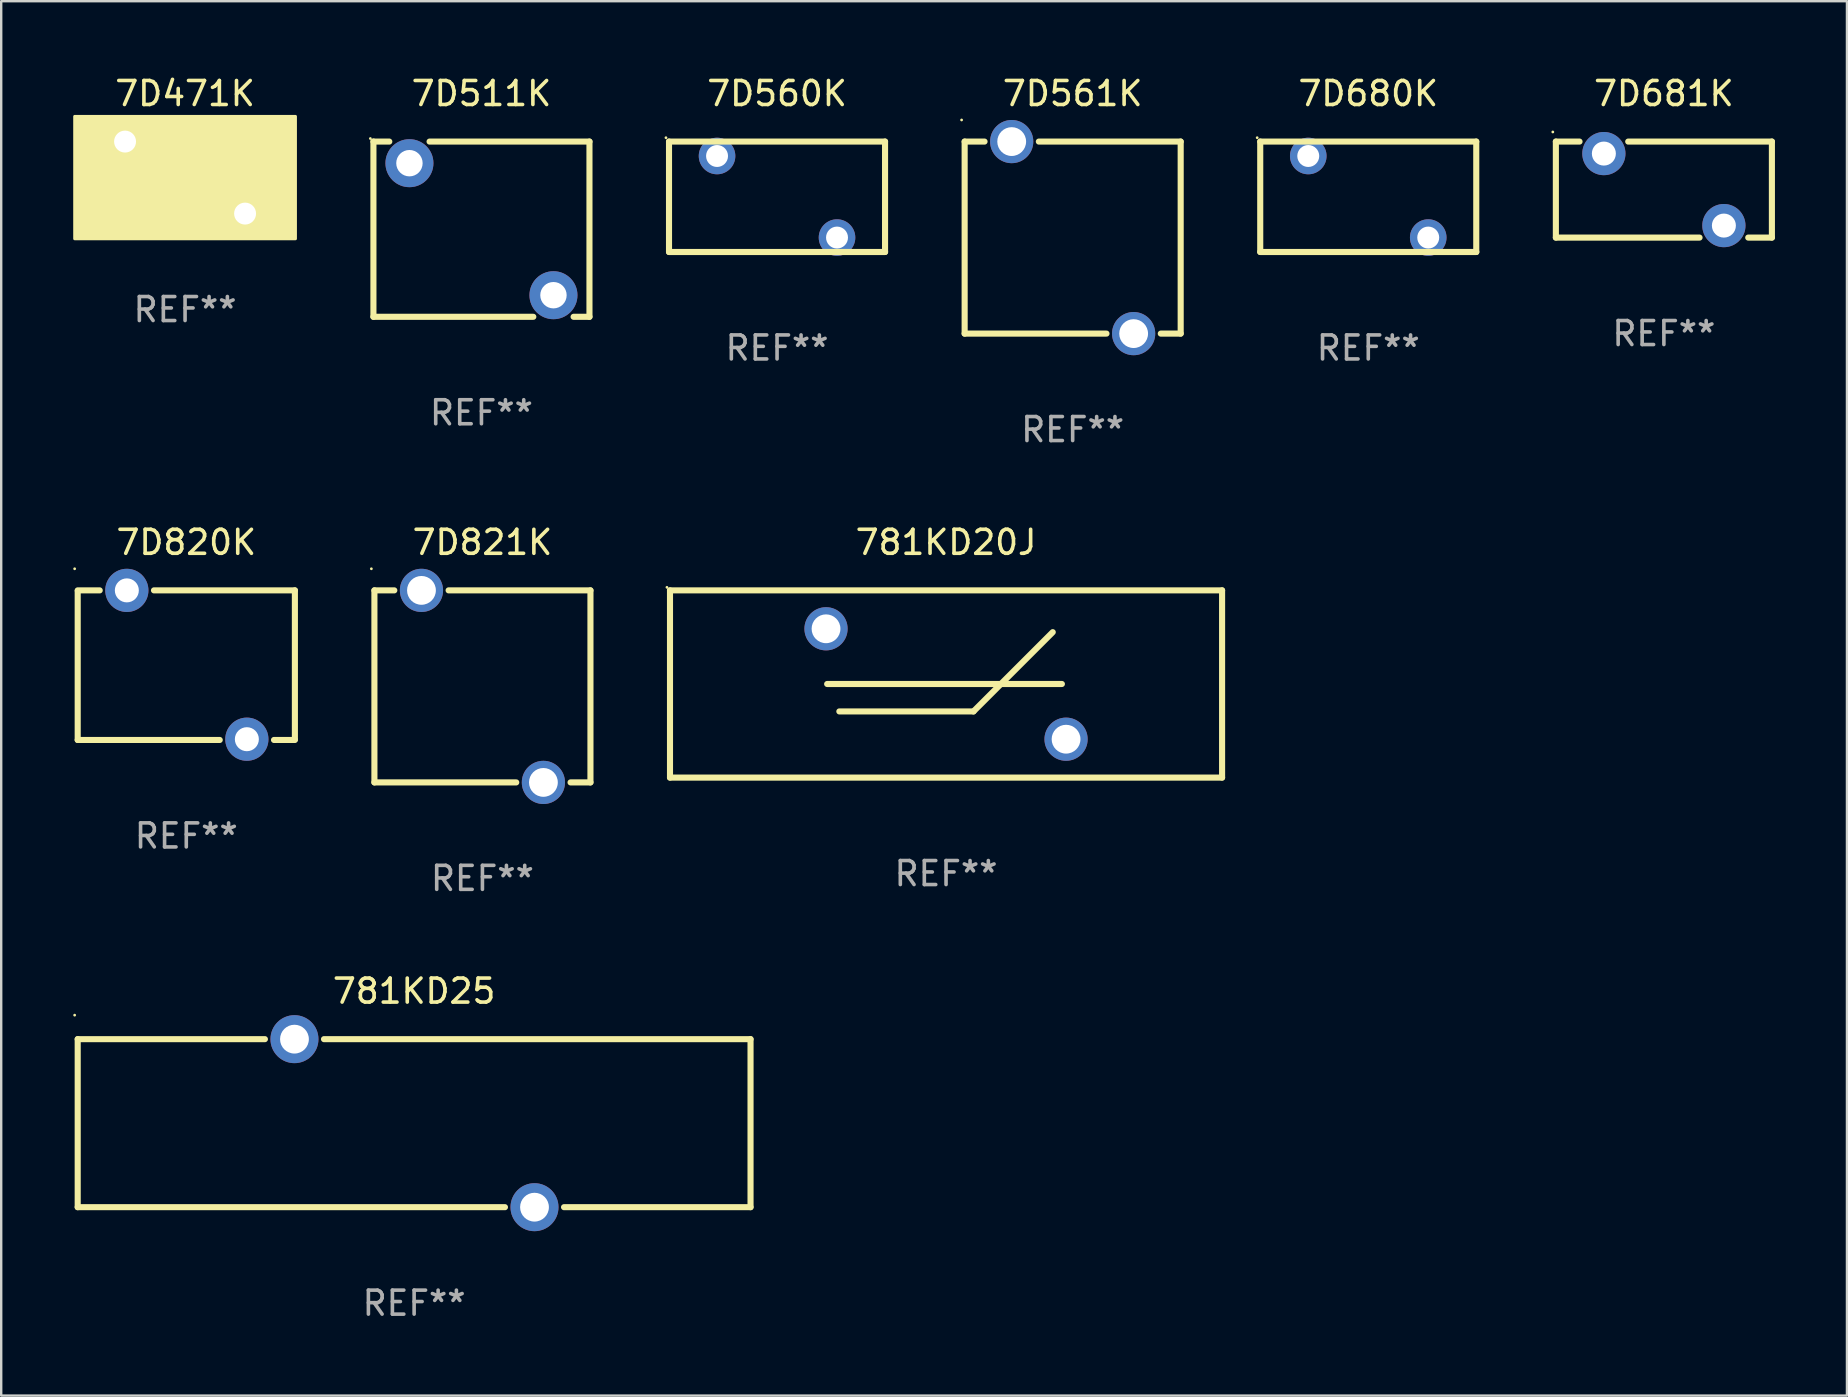
<source format=kicad_pcb>
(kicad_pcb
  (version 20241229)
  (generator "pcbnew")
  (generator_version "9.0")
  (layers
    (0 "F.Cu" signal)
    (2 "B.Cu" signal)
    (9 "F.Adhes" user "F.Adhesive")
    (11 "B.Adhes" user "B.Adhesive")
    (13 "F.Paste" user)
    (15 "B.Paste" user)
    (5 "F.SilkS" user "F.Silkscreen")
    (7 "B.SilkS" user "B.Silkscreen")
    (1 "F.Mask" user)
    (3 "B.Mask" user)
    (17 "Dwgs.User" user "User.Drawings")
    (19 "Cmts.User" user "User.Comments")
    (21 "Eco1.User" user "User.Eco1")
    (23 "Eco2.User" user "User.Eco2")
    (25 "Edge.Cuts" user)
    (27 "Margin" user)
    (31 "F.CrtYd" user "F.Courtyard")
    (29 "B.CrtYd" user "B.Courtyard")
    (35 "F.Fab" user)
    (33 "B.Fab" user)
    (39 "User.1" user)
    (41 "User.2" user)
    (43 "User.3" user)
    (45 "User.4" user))
  (footprint "7D680K"
    (layer "F.Cu")
    (at 53.952 5.148)
    (property "Reference" "7D680K" (at 0 -4.3 0) (layer "F.SilkS") (effects (font (size 1 1) (thickness 0.15))))
    (attr through_hole)
    (fp_line (start -4.501 -2.3) (end 4.499 -2.3) (stroke (width 0.254) (type solid)) (layer "F.SilkS"))
    (fp_line (start -4.501 2.3) (end -4.501 -2.3) (stroke (width 0.254) (type solid)) (layer "F.SilkS"))
    (fp_line (start 4.499 -2.3) (end 4.499 2.3) (stroke (width 0.254) (type solid)) (layer "F.SilkS"))
    (fp_line (start 4.501 2.3) (end -4.501 2.3) (stroke (width 0.254) (type solid)) (layer "F.SilkS"))
    (fp_circle (center -4.628 -2.461) (end -4.598 -2.461) (stroke (width 0.06) (type solid)) (fill no) (layer "F.SilkS"))
    (fp_text user "REF**" (at 0 6.3 0) (layer "F.Fab") (effects (font (size 1 1) (thickness 0.15))))
    (pad "1" thru_hole circle (at -2.5 -1.699) (size 1.524 1.524) (drill 0.914) (layers "*.Cu" "*.Mask"))
    (pad "2" thru_hole circle (at 2.498 1.699) (size 1.524 1.524) (drill 0.914) (layers "*.Cu" "*.Mask")))
  (footprint "781KD25"
    (layer "F.Cu")
    (at 14.202 43.741)
    (property "Reference" "781KD25" (at 0 -5.5 0) (layer "F.SilkS") (effects (font (size 1 1) (thickness 0.15))))
    (attr through_hole)
    (fp_line (start -14.015 -3.5) (end -6.216 -3.5) (stroke (width 0.254) (type solid)) (layer "F.SilkS"))
    (fp_line (start -14.015 3.5) (end -14.015 -3.5) (stroke (width 0.254) (type solid)) (layer "F.SilkS"))
    (fp_line (start -14.015 3.5) (end 3.784 3.5) (stroke (width 0.254) (type solid)) (layer "F.SilkS"))
    (fp_line (start -3.754 -3.5) (end 14.015 -3.5) (stroke (width 0.254) (type solid)) (layer "F.SilkS"))
    (fp_line (start 6.246 3.5) (end 14.015 3.5) (stroke (width 0.254) (type solid)) (layer "F.SilkS"))
    (fp_line (start 14.015 -3.5) (end 14.015 3.5) (stroke (width 0.254) (type solid)) (layer "F.SilkS"))
    (fp_circle (center -14.142 -4.5) (end -14.112 -4.5) (stroke (width 0.06) (type solid)) (fill no) (layer "F.SilkS"))
    (fp_text user "REF**" (at 0 7.5 0) (layer "F.Fab") (effects (font (size 1 1) (thickness 0.15))))
    (pad "1" thru_hole circle (at -4.985 -3.5) (size 2 2) (drill 1.2) (layers "*.Cu" "*.Mask"))
    (pad "2" thru_hole circle (at 5.015 3.5) (size 2 2) (drill 1.2) (layers "*.Cu" "*.Mask")))
  (footprint "781KD20J"
    (layer "F.Cu")
    (at 36.362 25.445)
    (property "Reference" "781KD20J" (at 0 -5.9 0) (layer "F.SilkS") (effects (font (size 1 1) (thickness 0.15))))
    (attr through_hole)
    (fp_line (start -11.5 -3.9) (end -11.5 3.9) (stroke (width 0.254) (type solid)) (layer "F.SilkS"))
    (fp_line (start -4.953 0) (end 4.826 0) (stroke (width 0.254) (type solid)) (layer "F.SilkS"))
    (fp_line (start -4.445 1.143) (end 1.143 1.143) (stroke (width 0.254) (type solid)) (layer "F.SilkS"))
    (fp_line (start 1.143 1.143) (end 4.445 -2.159) (stroke (width 0.254) (type solid)) (layer "F.SilkS"))
    (fp_line (start 11.5 -3.9) (end -11.5 -3.9) (stroke (width 0.254) (type solid)) (layer "F.SilkS"))
    (fp_line (start 11.5 -3.9) (end 11.5 3.9) (stroke (width 0.254) (type solid)) (layer "F.SilkS"))
    (fp_line (start 11.5 3.9) (end -11.5 3.9) (stroke (width 0.254) (type solid)) (layer "F.SilkS"))
    (fp_circle (center -11.627 -4.027) (end -11.597 -4.027) (stroke (width 0.06) (type solid)) (fill no) (layer "F.SilkS"))
    (fp_text user "REF**" (at 0 7.9 0) (layer "F.Fab") (effects (font (size 1 1) (thickness 0.15))))
    (pad "1" thru_hole circle (at -5 -2.3) (size 1.8 1.8) (drill 1.2) (layers "*.Cu" "*.Mask"))
    (pad "2" thru_hole circle (at 5 2.3) (size 1.8 1.8) (drill 1.2) (layers "*.Cu" "*.Mask")))
  (footprint "7D561K"
    (layer "F.Cu")
    (at 41.637 6.848)
    (property "Reference" "7D561K" (at 0 -6 0) (layer "F.SilkS") (effects (font (size 1 1) (thickness 0.15))))
    (attr through_hole)
    (fp_line (start -4.5 -4) (end -3.671 -4) (stroke (width 0.254) (type solid)) (layer "F.SilkS"))
    (fp_line (start -4.5 4) (end -4.5 -4) (stroke (width 0.254) (type solid)) (layer "F.SilkS"))
    (fp_line (start -4.5 4) (end 1.409 4) (stroke (width 0.254) (type solid)) (layer "F.SilkS"))
    (fp_line (start -1.409 -4) (end 4.5 -4) (stroke (width 0.254) (type solid)) (layer "F.SilkS"))
    (fp_line (start 3.671 4) (end 4.5 4) (stroke (width 0.254) (type solid)) (layer "F.SilkS"))
    (fp_line (start 4.5 -4) (end 4.5 4) (stroke (width 0.254) (type solid)) (layer "F.SilkS"))
    (fp_circle (center -4.627 -4.9) (end -4.597 -4.9) (stroke (width 0.06) (type solid)) (fill no) (layer "F.SilkS"))
    (fp_text user "REF**" (at 0 8 0) (layer "F.Fab") (effects (font (size 1 1) (thickness 0.15))))
    (pad "1" thru_hole circle (at -2.54 -4) (size 1.8 1.8) (drill 1.2) (layers "*.Cu" "*.Mask"))
    (pad "2" thru_hole circle (at 2.54 4) (size 1.8 1.8) (drill 1.2) (layers "*.Cu" "*.Mask")))
  (footprint "7D821K"
    (layer "F.Cu")
    (at 17.048 25.545)
    (property "Reference" "7D821K" (at 0 -6 0) (layer "F.SilkS") (effects (font (size 1 1) (thickness 0.15))))
    (attr through_hole)
    (fp_line (start -4.5 -4) (end -3.671 -4) (stroke (width 0.254) (type solid)) (layer "F.SilkS"))
    (fp_line (start -4.5 4) (end -4.5 -4) (stroke (width 0.254) (type solid)) (layer "F.SilkS"))
    (fp_line (start -4.5 4) (end 1.409 4) (stroke (width 0.254) (type solid)) (layer "F.SilkS"))
    (fp_line (start -1.409 -4) (end 4.5 -4) (stroke (width 0.254) (type solid)) (layer "F.SilkS"))
    (fp_line (start 3.671 4) (end 4.5 4) (stroke (width 0.254) (type solid)) (layer "F.SilkS"))
    (fp_line (start 4.5 -4) (end 4.5 4) (stroke (width 0.254) (type solid)) (layer "F.SilkS"))
    (fp_circle (center -4.627 -4.9) (end -4.597 -4.9) (stroke (width 0.06) (type solid)) (fill no) (layer "F.SilkS"))
    (fp_text user "REF**" (at 0 8 0) (layer "F.Fab") (effects (font (size 1 1) (thickness 0.15))))
    (pad "1" thru_hole circle (at -2.54 -4) (size 1.8 1.8) (drill 1.2) (layers "*.Cu" "*.Mask"))
    (pad "2" thru_hole circle (at 2.54 4) (size 1.8 1.8) (drill 1.2) (layers "*.Cu" "*.Mask")))
  (footprint "7D471K"
    (layer "F.Cu")
    (at 4.66 4.348)
    (property "Reference" "7D471K" (at 0 -3.5 0) (layer "F.SilkS") (effects (font (size 1 1) (thickness 0.15))))
    (attr through_hole)
    (fp_circle (center -4.5 2.45) (end -4.47 2.45) (stroke (width 0.06) (type solid)) (fill no) (layer "F.SilkS"))
    (fp_poly (pts (xy -4.6 -2.55) (xy 4.6 -2.55) (xy 4.6 2.55) (xy -4.6 2.55)) (stroke (width 0.12) (type solid)) (fill yes) (layer "F.SilkS"))
    (fp_text user "REF**" (at 0 5.5 0) (layer "F.Fab") (effects (font (size 1 1) (thickness 0.15))))
    (pad "1" thru_hole circle (at -2.5 -1.5) (size 1.5 1.5) (drill 0.914) (layers "*.Cu" "*.Mask"))
    (pad "2" thru_hole circle (at 2.5 1.5) (size 1.5 1.5) (drill 0.914) (layers "*.Cu" "*.Mask")))
  (footprint "7D820K"
    (layer "F.Cu")
    (at 4.711 24.661)
    (property "Reference" "7D820K" (at 0 -5.116 0) (layer "F.SilkS") (effects (font (size 1 1) (thickness 0.15))))
    (attr through_hole)
    (fp_line (start -4.524 -3.116) (end -3.607 -3.116) (stroke (width 0.254) (type solid)) (layer "F.SilkS"))
    (fp_line (start -4.524 3.116) (end -4.524 -3.084) (stroke (width 0.254) (type solid)) (layer "F.SilkS"))
    (fp_line (start -4.524 3.116) (end 1.393 3.116) (stroke (width 0.254) (type solid)) (layer "F.SilkS"))
    (fp_line (start -1.346 -3.116) (end 4.524 -3.116) (stroke (width 0.254) (type solid)) (layer "F.SilkS"))
    (fp_line (start 3.654 3.116) (end 4.524 3.116) (stroke (width 0.254) (type solid)) (layer "F.SilkS"))
    (fp_line (start 4.524 -3.116) (end 4.524 3.084) (stroke (width 0.254) (type solid)) (layer "F.SilkS"))
    (fp_circle (center -4.651 -4.016) (end -4.621 -4.016) (stroke (width 0.06) (type solid)) (fill no) (layer "F.SilkS"))
    (fp_text user "REF**" (at 0 7.116 0) (layer "F.Fab") (effects (font (size 1 1) (thickness 0.15))))
    (pad "1" thru_hole circle (at -2.477 -3.116) (size 1.8 1.8) (drill 1) (layers "*.Cu" "*.Mask"))
    (pad "2" thru_hole circle (at 2.523 3.084) (size 1.8 1.8) (drill 1) (layers "*.Cu" "*.Mask")))
  (footprint "7D511K"
    (layer "F.Cu")
    (at 17.007 6.498)
    (property "Reference" "7D511K" (at 0 -5.65 0) (layer "F.SilkS") (effects (font (size 1 1) (thickness 0.15))))
    (attr through_hole)
    (fp_line (start -4.5 -3.65) (end -4.5 3.65) (stroke (width 0.254) (type solid)) (layer "F.SilkS"))
    (fp_line (start -4.5 -3.65) (end -3.839 -3.65) (stroke (width 0.254) (type solid)) (layer "F.SilkS"))
    (fp_line (start -4.5 3.65) (end 2.161 3.65) (stroke (width 0.254) (type solid)) (layer "F.SilkS"))
    (fp_line (start -2.161 -3.65) (end 4.5 -3.65) (stroke (width 0.254) (type solid)) (layer "F.SilkS"))
    (fp_line (start 3.839 3.65) (end 4.5 3.65) (stroke (width 0.254) (type solid)) (layer "F.SilkS"))
    (fp_line (start 4.5 3.65) (end 4.5 -3.65) (stroke (width 0.254) (type solid)) (layer "F.SilkS"))
    (fp_circle (center -4.627 -3.777) (end -4.597 -3.777) (stroke (width 0.06) (type solid)) (fill no) (layer "F.SilkS"))
    (fp_text user "REF**" (at 0 7.65 0) (layer "F.Fab") (effects (font (size 1 1) (thickness 0.15))))
    (pad "1" thru_hole circle (at -3 -2.75) (size 2 2) (drill 1.1) (layers "*.Cu" "*.Mask"))
    (pad "2" thru_hole circle (at 3 2.75) (size 2 2) (drill 1.1) (layers "*.Cu" "*.Mask")))
  (footprint "7D560K"
    (layer "F.Cu")
    (at 29.322 5.148)
    (property "Reference" "7D560K" (at 0 -4.3 0) (layer "F.SilkS") (effects (font (size 1 1) (thickness 0.15))))
    (attr through_hole)
    (fp_line (start -4.501 -2.3) (end 4.499 -2.3) (stroke (width 0.254) (type solid)) (layer "F.SilkS"))
    (fp_line (start -4.501 2.3) (end -4.501 -2.3) (stroke (width 0.254) (type solid)) (layer "F.SilkS"))
    (fp_line (start 4.499 -2.3) (end 4.499 2.3) (stroke (width 0.254) (type solid)) (layer "F.SilkS"))
    (fp_line (start 4.501 2.3) (end -4.501 2.3) (stroke (width 0.254) (type solid)) (layer "F.SilkS"))
    (fp_circle (center -4.628 -2.461) (end -4.598 -2.461) (stroke (width 0.06) (type solid)) (fill no) (layer "F.SilkS"))
    (fp_text user "REF**" (at 0 6.3 0) (layer "F.Fab") (effects (font (size 1 1) (thickness 0.15))))
    (pad "1" thru_hole circle (at -2.5 -1.699) (size 1.524 1.524) (drill 0.914) (layers "*.Cu" "*.Mask"))
    (pad "2" thru_hole circle (at 2.498 1.699) (size 1.524 1.524) (drill 0.914) (layers "*.Cu" "*.Mask")))
  (footprint "7D681K"
    (layer "F.Cu")
    (at 66.267 4.848)
    (property "Reference" "7D681K" (at 0 -4 0) (layer "F.SilkS") (effects (font (size 1 1) (thickness 0.15))))
    (attr through_hole)
    (fp_line (start -4.5 -2) (end -4.5 2) (stroke (width 0.254) (type solid)) (layer "F.SilkS"))
    (fp_line (start -4.5 -2) (end -3.514 -2) (stroke (width 0.254) (type solid)) (layer "F.SilkS"))
    (fp_line (start -4.5 2) (end 1.486 2) (stroke (width 0.254) (type solid)) (layer "F.SilkS"))
    (fp_line (start -1.486 -2) (end 4.5 -2) (stroke (width 0.254) (type solid)) (layer "F.SilkS"))
    (fp_line (start 3.514 2) (end 4.5 2) (stroke (width 0.254) (type solid)) (layer "F.SilkS"))
    (fp_line (start 4.5 -2) (end 4.5 2) (stroke (width 0.254) (type solid)) (layer "F.SilkS"))
    (fp_circle (center -4.627 -2.4) (end -4.597 -2.4) (stroke (width 0.06) (type solid)) (fill no) (layer "F.SilkS"))
    (fp_text user "REF**" (at 0 6 0) (layer "F.Fab") (effects (font (size 1 1) (thickness 0.15))))
    (pad "1" thru_hole circle (at -2.5 -1.5) (size 1.8 1.8) (drill 1) (layers "*.Cu" "*.Mask"))
    (pad "2" thru_hole circle (at 2.5 1.5) (size 1.8 1.8) (drill 1) (layers "*.Cu" "*.Mask")))
  (gr_rect
    (start -3 -3)
    (end 73.894 55.09)
    (stroke (width 0.1) (type default))
    (fill no)
    (layer "Edge.Cuts")))
</source>
